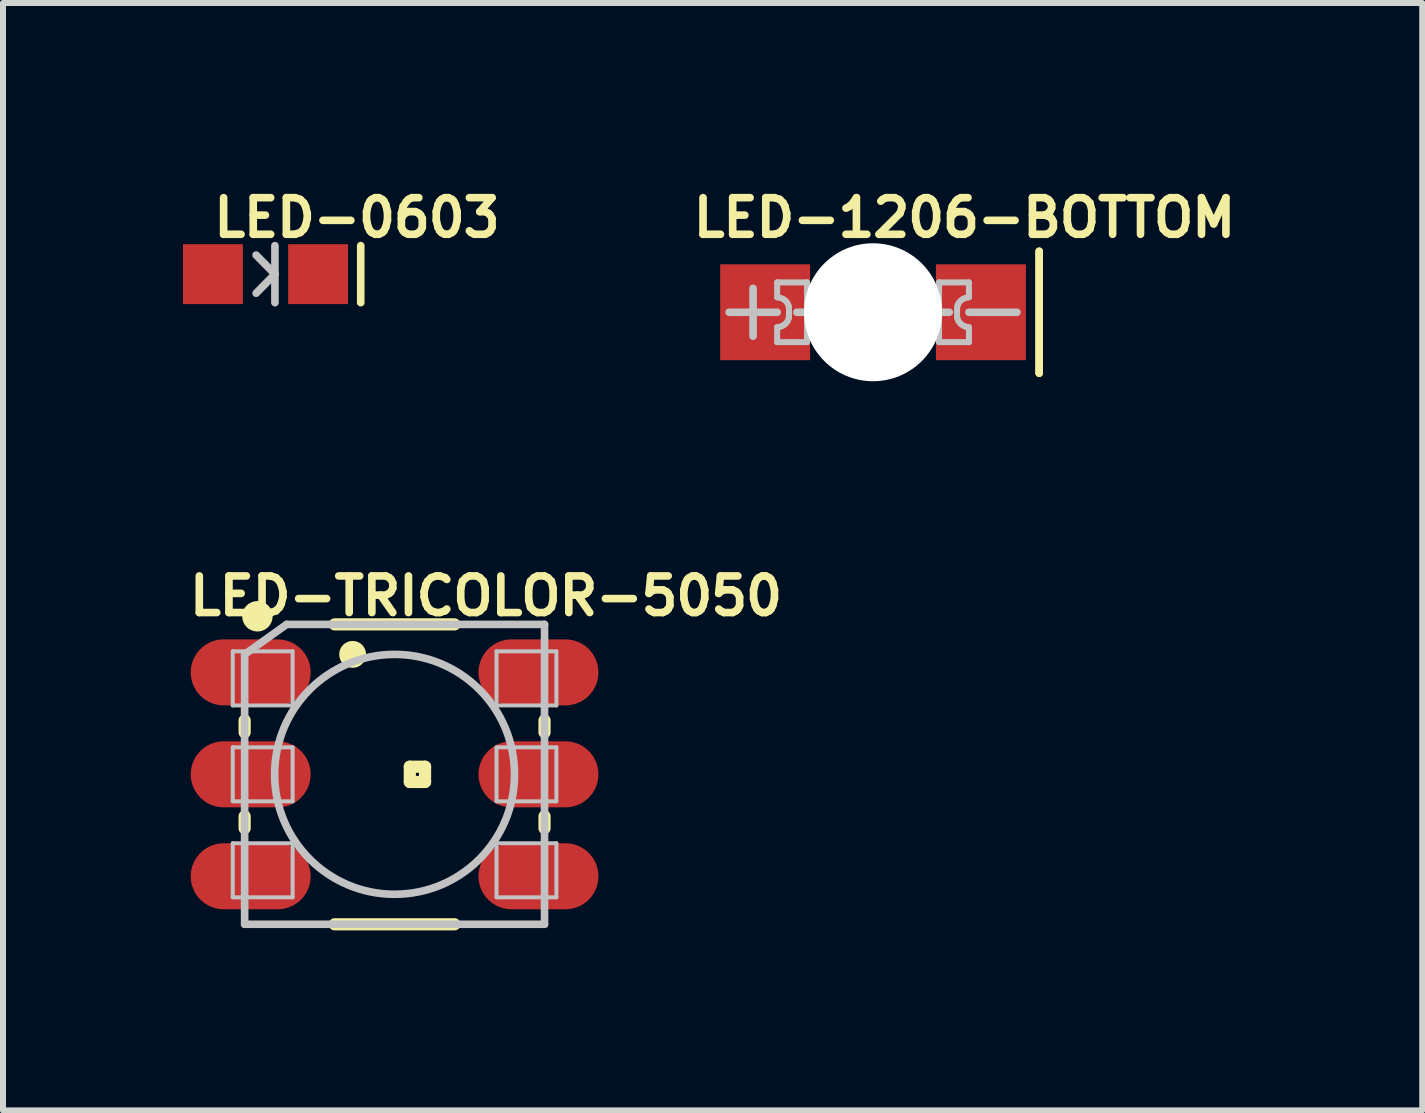
<source format=kicad_pcb>
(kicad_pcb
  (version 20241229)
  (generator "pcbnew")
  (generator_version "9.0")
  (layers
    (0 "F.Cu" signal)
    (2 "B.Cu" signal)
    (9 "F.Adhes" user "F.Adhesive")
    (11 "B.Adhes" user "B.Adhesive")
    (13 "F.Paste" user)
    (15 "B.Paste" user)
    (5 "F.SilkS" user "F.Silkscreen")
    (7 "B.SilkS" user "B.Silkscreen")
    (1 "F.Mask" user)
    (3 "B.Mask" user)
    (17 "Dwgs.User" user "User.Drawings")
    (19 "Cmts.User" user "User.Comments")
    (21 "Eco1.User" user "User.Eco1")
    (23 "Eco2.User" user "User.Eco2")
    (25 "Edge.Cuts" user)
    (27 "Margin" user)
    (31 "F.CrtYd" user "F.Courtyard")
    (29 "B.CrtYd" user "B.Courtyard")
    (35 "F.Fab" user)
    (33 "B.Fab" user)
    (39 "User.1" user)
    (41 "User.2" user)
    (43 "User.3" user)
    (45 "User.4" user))
  (footprint "LED-TRICOLOR-5050"
    (layer "F.Cu")
    (at 3.526 9.855)
    (property "Reference" "LED-TRICOLOR-5050" (at 1.524 -2.972 0) (layer "F.SilkS") (effects (font (size 0.61 0.61) (thickness 0.127))))
    (attr smd)
    (fp_line (start -2.499 -0.699) (end -2.499 -0.899) (stroke (width 0.203) (type solid)) (layer "F.SilkS"))
    (fp_line (start -2.499 0.899) (end -2.499 0.699) (stroke (width 0.203) (type solid)) (layer "F.SilkS"))
    (fp_line (start -0.998 -2.499) (end 0.998 -2.499) (stroke (width 0.203) (type solid)) (layer "F.SilkS"))
    (fp_line (start -0.998 2.499) (end 0.998 2.499) (stroke (width 0.203) (type solid)) (layer "F.SilkS"))
    (fp_line (start 0.254 -0.127) (end 0.508 -0.127) (stroke (width 0.203) (type solid)) (layer "F.SilkS"))
    (fp_line (start 0.254 0.127) (end 0.254 -0.127) (stroke (width 0.203) (type solid)) (layer "F.SilkS"))
    (fp_line (start 0.508 -0.127) (end 0.508 0.127) (stroke (width 0.203) (type solid)) (layer "F.SilkS"))
    (fp_line (start 0.508 0.127) (end 0.254 0.127) (stroke (width 0.203) (type solid)) (layer "F.SilkS"))
    (fp_line (start 2.499 -0.699) (end 2.499 -0.899) (stroke (width 0.203) (type solid)) (layer "F.SilkS"))
    (fp_line (start 2.499 0.899) (end 2.499 0.699) (stroke (width 0.203) (type solid)) (layer "F.SilkS"))
    (fp_circle (center -2.286 -2.634) (end -2.286 -2.761) (stroke (width 0.254) (type solid)) (fill no) (layer "F.SilkS"))
    (fp_circle (center -0.699 -1.999) (end -0.699 -2.223) (stroke (width 0) (type solid)) (fill yes) (layer "F.SilkS"))
    (fp_line (start -2.697 -2.05) (end -1.699 -2.05) (stroke (width 0.066) (type solid)) (layer "Dwgs.User"))
    (fp_line (start -2.697 -1.148) (end -2.697 -2.05) (stroke (width 0.066) (type solid)) (layer "Dwgs.User"))
    (fp_line (start -2.697 -1.148) (end -1.699 -1.148) (stroke (width 0.066) (type solid)) (layer "Dwgs.User"))
    (fp_line (start -2.697 -0.45) (end -1.699 -0.45) (stroke (width 0.066) (type solid)) (layer "Dwgs.User"))
    (fp_line (start -2.697 0.45) (end -2.697 -0.45) (stroke (width 0.066) (type solid)) (layer "Dwgs.User"))
    (fp_line (start -2.697 0.45) (end -1.699 0.45) (stroke (width 0.066) (type solid)) (layer "Dwgs.User"))
    (fp_line (start -2.697 1.148) (end -1.699 1.148) (stroke (width 0.066) (type solid)) (layer "Dwgs.User"))
    (fp_line (start -2.697 2.05) (end -2.697 1.148) (stroke (width 0.066) (type solid)) (layer "Dwgs.User"))
    (fp_line (start -2.697 2.05) (end -1.699 2.05) (stroke (width 0.066) (type solid)) (layer "Dwgs.User"))
    (fp_line (start -2.499 -1.999) (end -1.798 -2.499) (stroke (width 0.127) (type solid)) (layer "Dwgs.User"))
    (fp_line (start -2.499 2.499) (end -2.499 -1.999) (stroke (width 0.127) (type solid)) (layer "Dwgs.User"))
    (fp_line (start -1.798 -2.499) (end 2.499 -2.499) (stroke (width 0.127) (type solid)) (layer "Dwgs.User"))
    (fp_line (start -1.699 -1.148) (end -1.699 -2.05) (stroke (width 0.066) (type solid)) (layer "Dwgs.User"))
    (fp_line (start -1.699 0.45) (end -1.699 -0.45) (stroke (width 0.066) (type solid)) (layer "Dwgs.User"))
    (fp_line (start -1.699 2.05) (end -1.699 1.148) (stroke (width 0.066) (type solid)) (layer "Dwgs.User"))
    (fp_line (start 1.699 -2.05) (end 2.697 -2.05) (stroke (width 0.066) (type solid)) (layer "Dwgs.User"))
    (fp_line (start 1.699 -1.148) (end 1.699 -2.05) (stroke (width 0.066) (type solid)) (layer "Dwgs.User"))
    (fp_line (start 1.699 -1.148) (end 2.697 -1.148) (stroke (width 0.066) (type solid)) (layer "Dwgs.User"))
    (fp_line (start 1.699 -0.45) (end 2.697 -0.45) (stroke (width 0.066) (type solid)) (layer "Dwgs.User"))
    (fp_line (start 1.699 0.45) (end 1.699 -0.45) (stroke (width 0.066) (type solid)) (layer "Dwgs.User"))
    (fp_line (start 1.699 0.45) (end 2.697 0.45) (stroke (width 0.066) (type solid)) (layer "Dwgs.User"))
    (fp_line (start 1.699 1.148) (end 2.697 1.148) (stroke (width 0.066) (type solid)) (layer "Dwgs.User"))
    (fp_line (start 1.699 2.05) (end 1.699 1.148) (stroke (width 0.066) (type solid)) (layer "Dwgs.User"))
    (fp_line (start 1.699 2.05) (end 2.697 2.05) (stroke (width 0.066) (type solid)) (layer "Dwgs.User"))
    (fp_line (start 2.499 -2.499) (end 2.499 2.499) (stroke (width 0.127) (type solid)) (layer "Dwgs.User"))
    (fp_line (start 2.499 2.499) (end -2.499 2.499) (stroke (width 0.127) (type solid)) (layer "Dwgs.User"))
    (fp_line (start 2.697 -1.148) (end 2.697 -2.05) (stroke (width 0.066) (type solid)) (layer "Dwgs.User"))
    (fp_line (start 2.697 0.45) (end 2.697 -0.45) (stroke (width 0.066) (type solid)) (layer "Dwgs.User"))
    (fp_line (start 2.697 2.05) (end 2.697 1.148) (stroke (width 0.066) (type solid)) (layer "Dwgs.User"))
    (fp_circle (center 0 0) (end 0 -1.999) (stroke (width 0.127) (type solid)) (fill no) (layer "Dwgs.User"))
    (pad "1" smd oval (at -2.398 -1.699) (size 1.999 1.1) (layers "F.Cu" "F.Mask" "F.Paste"))
    (pad "2" smd oval (at -2.398 0) (size 1.999 1.1) (layers "F.Cu" "F.Mask" "F.Paste"))
    (pad "3" smd oval (at -2.398 1.699) (size 1.999 1.1) (layers "F.Cu" "F.Mask" "F.Paste"))
    (pad "4" smd oval (at 2.398 1.699) (size 1.999 1.1) (layers "F.Cu" "F.Mask" "F.Paste"))
    (pad "5" smd oval (at 2.398 0) (size 1.999 1.1) (layers "F.Cu" "F.Mask" "F.Paste"))
    (pad "6" smd oval (at 2.398 -1.699) (size 1.999 1.1) (layers "F.Cu" "F.Mask" "F.Paste")))
  (footprint "LED-1206-BOTTOM"
    (layer "F.Cu")
    (at 11.5 2.154)
    (property "Reference" "LED-1206-BOTTOM" (at 1.524 -1.575 0) (layer "F.SilkS") (effects (font (size 0.61 0.61) (thickness 0.127))))
    (attr smd)
    (fp_line (start 2.769 -1.016) (end 2.769 1.016) (stroke (width 0.127) (type solid)) (layer "F.SilkS"))
    (fp_line (start 2.769 -1.016) (end 2.769 1.016) (stroke (width 0.127) (type solid)) (layer "F.SilkS"))
    (fp_line (start -2.398 0) (end -1.598 0) (stroke (width 0.127) (type solid)) (layer "Dwgs.User"))
    (fp_line (start -1.999 -0.399) (end -1.999 0.399) (stroke (width 0.127) (type solid)) (layer "Dwgs.User"))
    (fp_line (start -1.598 -0.498) (end -1.1 -0.498) (stroke (width 0.1) (type solid)) (layer "Dwgs.User"))
    (fp_line (start -1.598 -0.249) (end -1.598 -0.498) (stroke (width 0.1) (type solid)) (layer "Dwgs.User"))
    (fp_line (start -1.598 0.249) (end -1.547 0.241) (stroke (width 0.1) (type solid)) (layer "Dwgs.User"))
    (fp_line (start -1.598 0.498) (end -1.598 0.249) (stroke (width 0.1) (type solid)) (layer "Dwgs.User"))
    (fp_line (start -1.547 -0.241) (end -1.598 -0.249) (stroke (width 0.1) (type solid)) (layer "Dwgs.User"))
    (fp_line (start -1.547 0.241) (end -1.499 0.221) (stroke (width 0.1) (type solid)) (layer "Dwgs.User"))
    (fp_line (start -1.499 -0.221) (end -1.547 -0.241) (stroke (width 0.1) (type solid)) (layer "Dwgs.User"))
    (fp_line (start -1.499 0.221) (end -1.458 0.191) (stroke (width 0.1) (type solid)) (layer "Dwgs.User"))
    (fp_line (start -1.458 -0.191) (end -1.499 -0.221) (stroke (width 0.1) (type solid)) (layer "Dwgs.User"))
    (fp_line (start -1.458 0.191) (end -1.425 0.15) (stroke (width 0.1) (type solid)) (layer "Dwgs.User"))
    (fp_line (start -1.425 -0.15) (end -1.458 -0.191) (stroke (width 0.1) (type solid)) (layer "Dwgs.User"))
    (fp_line (start -1.425 0.15) (end -1.405 0.102) (stroke (width 0.1) (type solid)) (layer "Dwgs.User"))
    (fp_line (start -1.405 -0.102) (end -1.425 -0.15) (stroke (width 0.1) (type solid)) (layer "Dwgs.User"))
    (fp_line (start -1.405 0.102) (end -1.4 0.048) (stroke (width 0.1) (type solid)) (layer "Dwgs.User"))
    (fp_line (start -1.4 -0.048) (end -1.405 -0.102) (stroke (width 0.1) (type solid)) (layer "Dwgs.User"))
    (fp_line (start -1.4 0.048) (end -1.4 -0.048) (stroke (width 0.1) (type solid)) (layer "Dwgs.User"))
    (fp_line (start -1.27 0) (end -0.381 0) (stroke (width 0.127) (type solid)) (layer "Dwgs.User"))
    (fp_line (start -1.1 -0.498) (end -1.1 0.498) (stroke (width 0.1) (type solid)) (layer "Dwgs.User"))
    (fp_line (start -1.1 0.498) (end -1.598 0.498) (stroke (width 0.1) (type solid)) (layer "Dwgs.User"))
    (fp_line (start -0.749 -0.749) (end 0.749 -0.749) (stroke (width 0.066) (type solid)) (layer "Dwgs.User"))
    (fp_line (start -0.749 0.749) (end -0.749 -0.749) (stroke (width 0.066) (type solid)) (layer "Dwgs.User"))
    (fp_line (start -0.749 0.749) (end 0.749 0.749) (stroke (width 0.066) (type solid)) (layer "Dwgs.User"))
    (fp_line (start -0.381 -0.635) (end 0.254 0) (stroke (width 0.127) (type solid)) (layer "Dwgs.User"))
    (fp_line (start -0.381 0) (end -0.381 -0.635) (stroke (width 0.127) (type solid)) (layer "Dwgs.User"))
    (fp_line (start -0.381 0.635) (end -0.381 0) (stroke (width 0.127) (type solid)) (layer "Dwgs.User"))
    (fp_line (start 0.254 0) (end -0.381 0.635) (stroke (width 0.127) (type solid)) (layer "Dwgs.User"))
    (fp_line (start 0.254 0) (end 0.254 -0.635) (stroke (width 0.127) (type solid)) (layer "Dwgs.User"))
    (fp_line (start 0.254 0) (end 0.254 0.635) (stroke (width 0.127) (type solid)) (layer "Dwgs.User"))
    (fp_line (start 0.254 0) (end 1.27 0) (stroke (width 0.127) (type solid)) (layer "Dwgs.User"))
    (fp_line (start 0.749 0.749) (end 0.749 -0.749) (stroke (width 0.066) (type solid)) (layer "Dwgs.User"))
    (fp_line (start 1.1 -0.498) (end 1.598 -0.498) (stroke (width 0.1) (type solid)) (layer "Dwgs.User"))
    (fp_line (start 1.1 0.498) (end 1.1 -0.498) (stroke (width 0.1) (type solid)) (layer "Dwgs.User"))
    (fp_line (start 1.4 -0.048) (end 1.4 0.048) (stroke (width 0.1) (type solid)) (layer "Dwgs.User"))
    (fp_line (start 1.4 0.048) (end 1.405 0.102) (stroke (width 0.1) (type solid)) (layer "Dwgs.User"))
    (fp_line (start 1.405 -0.102) (end 1.4 -0.048) (stroke (width 0.1) (type solid)) (layer "Dwgs.User"))
    (fp_line (start 1.405 0.102) (end 1.425 0.15) (stroke (width 0.1) (type solid)) (layer "Dwgs.User"))
    (fp_line (start 1.425 -0.15) (end 1.405 -0.102) (stroke (width 0.1) (type solid)) (layer "Dwgs.User"))
    (fp_line (start 1.425 0.15) (end 1.458 0.191) (stroke (width 0.1) (type solid)) (layer "Dwgs.User"))
    (fp_line (start 1.458 -0.191) (end 1.425 -0.15) (stroke (width 0.1) (type solid)) (layer "Dwgs.User"))
    (fp_line (start 1.458 0.191) (end 1.499 0.221) (stroke (width 0.1) (type solid)) (layer "Dwgs.User"))
    (fp_line (start 1.499 -0.221) (end 1.458 -0.191) (stroke (width 0.1) (type solid)) (layer "Dwgs.User"))
    (fp_line (start 1.499 0.221) (end 1.547 0.241) (stroke (width 0.1) (type solid)) (layer "Dwgs.User"))
    (fp_line (start 1.547 -0.241) (end 1.499 -0.221) (stroke (width 0.1) (type solid)) (layer "Dwgs.User"))
    (fp_line (start 1.547 0.241) (end 1.598 0.249) (stroke (width 0.1) (type solid)) (layer "Dwgs.User"))
    (fp_line (start 1.598 -0.498) (end 1.598 -0.249) (stroke (width 0.1) (type solid)) (layer "Dwgs.User"))
    (fp_line (start 1.598 -0.249) (end 1.547 -0.241) (stroke (width 0.1) (type solid)) (layer "Dwgs.User"))
    (fp_line (start 1.598 0) (end 2.398 0) (stroke (width 0.127) (type solid)) (layer "Dwgs.User"))
    (fp_line (start 1.598 0.249) (end 1.598 0.498) (stroke (width 0.1) (type solid)) (layer "Dwgs.User"))
    (fp_line (start 1.598 0.498) (end 1.1 0.498) (stroke (width 0.1) (type solid)) (layer "Dwgs.User"))
    (pad "" np_thru_hole circle (at 0 0) (size 2.299 2.299) (drill 2.299) (layers "*.Cu" "*.Mask"))
    (pad "A" smd rect (at -1.798 0) (size 1.499 1.598) (layers "F.Cu" "F.Mask" "F.Paste"))
    (pad "C" smd rect (at 1.798 0) (size 1.499 1.598) (layers "F.Cu" "F.Mask" "F.Paste")))
  (footprint "LED-0603"
    (layer "F.Cu")
    (at 1.375 1.519)
    (property "Reference" "LED-0603" (at 1.524 -0.94 0) (layer "F.SilkS") (effects (font (size 0.61 0.61) (thickness 0.127))))
    (attr smd)
    (fp_line (start 1.587 -0.475) (end 1.587 0.475) (stroke (width 0.127) (type solid)) (layer "F.SilkS"))
    (fp_line (start 0.157 -0.475) (end 0.157 0) (stroke (width 0.127) (type solid)) (layer "Dwgs.User"))
    (fp_line (start 0.157 0) (end -0.157 -0.318) (stroke (width 0.127) (type solid)) (layer "Dwgs.User"))
    (fp_line (start 0.157 0) (end -0.157 0.318) (stroke (width 0.127) (type solid)) (layer "Dwgs.User"))
    (fp_line (start 0.157 0) (end 0.157 0.475) (stroke (width 0.127) (type solid)) (layer "Dwgs.User"))
    (pad "A" smd rect (at -0.876 0 270) (size 0.998 0.998) (layers "F.Cu" "F.Mask" "F.Paste"))
    (pad "C" smd rect (at 0.876 0 270) (size 0.998 0.998) (layers "F.Cu" "F.Mask" "F.Paste")))
  (gr_rect
    (start -3 -3)
    (end 20.653 15.456)
    (stroke (width 0.1) (type default))
    (fill no)
    (layer "Edge.Cuts")))
</source>
